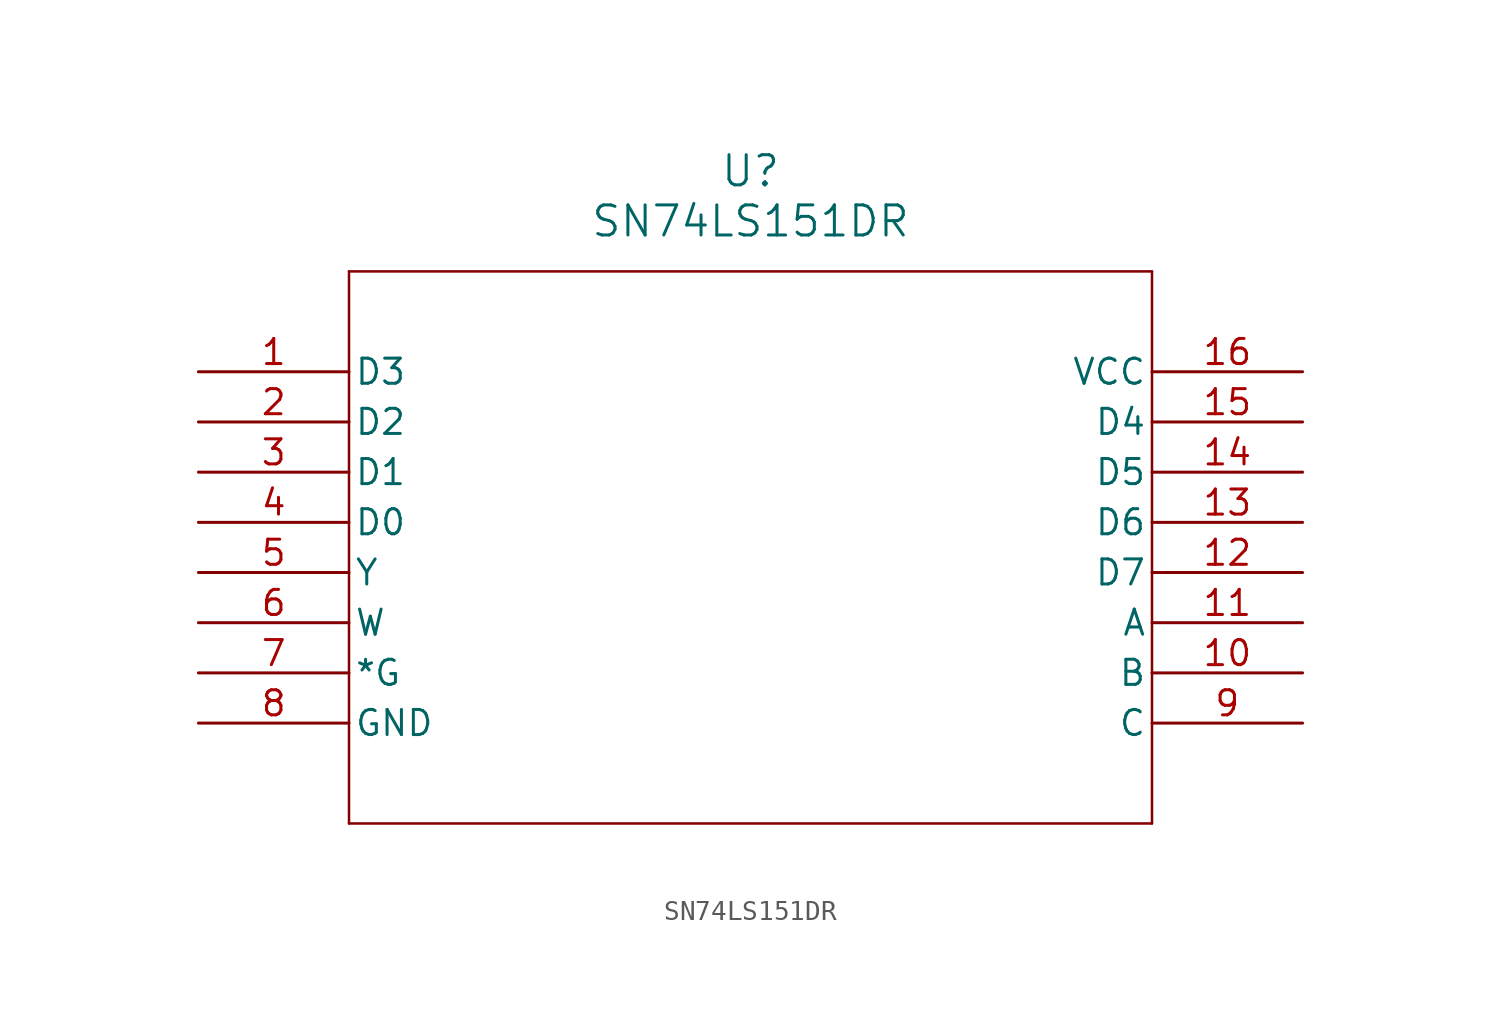
<source format=kicad_sym>
(kicad_symbol_lib
  (version 20211014)
  (generator kicad_symbol_editor)
  (symbol "SN74LS151DR"
    (pin_names
      (offset 0.254))
    (property "Reference" "U"
      (at 27.94 10.16 0)
      (effects (font (size 1.524 1.524))))
    (property "Value" "SN74LS151DR"
      (at 27.94 7.62 0)
      (effects (font (size 1.524 1.524))))
    (symbol "SN74LS151DR_0_1"
      (polyline (pts (xy 7.62 5.08) (xy 7.62 -22.86)) (stroke (width 0.127) (type default) (color 0 0 0 0)) (fill (type none)))
      (polyline (pts (xy 7.62 -22.86) (xy 48.26 -22.86)) (stroke (width 0.127) (type default) (color 0 0 0 0)) (fill (type none)))
      (polyline (pts (xy 48.26 -22.86) (xy 48.26 5.08)) (stroke (width 0.127) (type default) (color 0 0 0 0)) (fill (type none)))
      (polyline (pts (xy 48.26 5.08) (xy 7.62 5.08)) (stroke (width 0.127) (type default) (color 0 0 0 0)) (fill (type none)))
      (pin input line (at 0 0 0) (length 7.62) (name "D3" (effects (font (size 1.27 1.27)))) (number "1" (effects (font (size 1.27 1.27)))))
      (pin input line (at 0 -2.54 0) (length 7.62) (name "D2" (effects (font (size 1.27 1.27)))) (number "2" (effects (font (size 1.27 1.27)))))
      (pin input line (at 0 -5.08 0) (length 7.62) (name "D1" (effects (font (size 1.27 1.27)))) (number "3" (effects (font (size 1.27 1.27)))))
      (pin input line (at 0 -7.62 0) (length 7.62) (name "D0" (effects (font (size 1.27 1.27)))) (number "4" (effects (font (size 1.27 1.27)))))
      (pin output line (at 0 -10.16 0) (length 7.62) (name "Y" (effects (font (size 1.27 1.27)))) (number "5" (effects (font (size 1.27 1.27)))))
      (pin output line (at 0 -12.7 0) (length 7.62) (name "W" (effects (font (size 1.27 1.27)))) (number "6" (effects (font (size 1.27 1.27)))))
      (pin input line (at 0 -15.24 0) (length 7.62) (name "*G" (effects (font (size 1.27 1.27)))) (number "7" (effects (font (size 1.27 1.27)))))
      (pin power_in line (at 0 -17.78 0) (length 7.62) (name "GND" (effects (font (size 1.27 1.27)))) (number "8" (effects (font (size 1.27 1.27)))))
      (pin input line (at 55.88 -17.78 180) (length 7.62) (name "C" (effects (font (size 1.27 1.27)))) (number "9" (effects (font (size 1.27 1.27)))))
      (pin input line (at 55.88 -15.24 180) (length 7.62) (name "B" (effects (font (size 1.27 1.27)))) (number "10" (effects (font (size 1.27 1.27)))))
      (pin input line (at 55.88 -12.7 180) (length 7.62) (name "A" (effects (font (size 1.27 1.27)))) (number "11" (effects (font (size 1.27 1.27)))))
      (pin input line (at 55.88 -10.16 180) (length 7.62) (name "D7" (effects (font (size 1.27 1.27)))) (number "12" (effects (font (size 1.27 1.27)))))
      (pin input line (at 55.88 -7.62 180) (length 7.62) (name "D6" (effects (font (size 1.27 1.27)))) (number "13" (effects (font (size 1.27 1.27)))))
      (pin input line (at 55.88 -5.08 180) (length 7.62) (name "D5" (effects (font (size 1.27 1.27)))) (number "14" (effects (font (size 1.27 1.27)))))
      (pin input line (at 55.88 -2.54 180) (length 7.62) (name "D4" (effects (font (size 1.27 1.27)))) (number "15" (effects (font (size 1.27 1.27)))))
      (pin power_in line (at 55.88 0 180) (length 7.62) (name "VCC" (effects (font (size 1.27 1.27)))) (number "16" (effects (font (size 1.27 1.27))))))))
</source>
